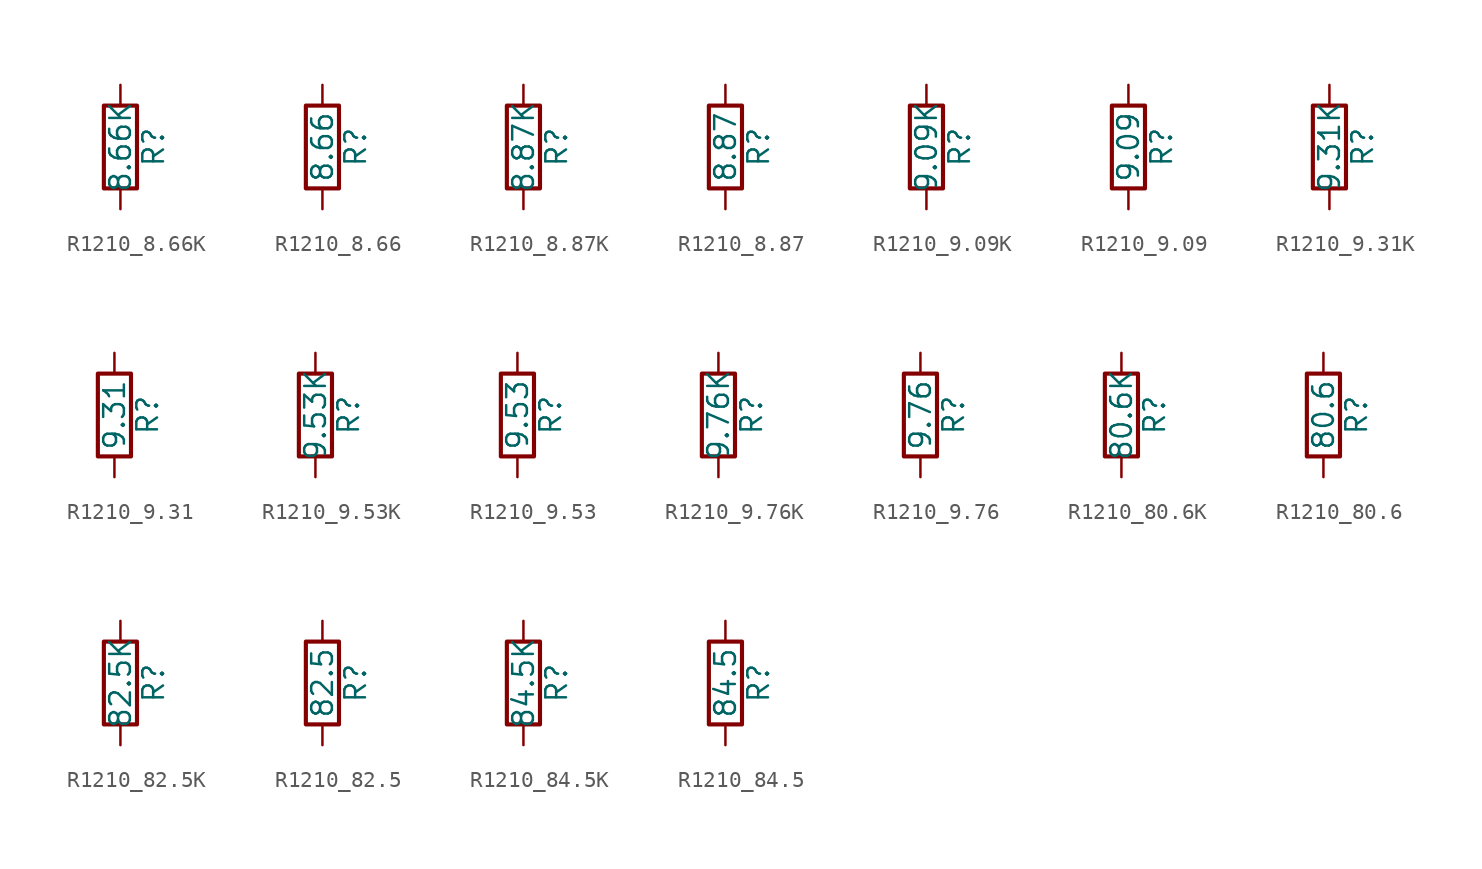
<source format=kicad_sym>
(kicad_symbol_lib
  (version 20211014)
  (generator atlantix-eda)
  (symbol "R1210_8.66K"
    (pin_numbers hide)
    (pin_names
      (offset 0))
    (property "Reference" "R"
      (at 2.032 0 90)
      (effects (font (size 1.27 1.27))))
    (property "Value" "8.66K"
      (at 0 0 90)
      (effects (font (size 1.27 1.27))))
    (symbol "R1210_8.66K_0_1"
      (rectangle (start -1.016 -2.54) (end 1.016 2.54) (stroke (width 0.254) (type default) (color 0 0 0 0)) (fill (type none))))
    (symbol "R1210_8.66K_1_1"
      (pin passive line (at 0 3.81 270) (length 1.27) (name "~" (effects (font (size 1.27 1.27)))) (number "1" (effects (font (size 1.27 1.27)))))
      (pin passive line (at 0 -3.81 90) (length 1.27) (name "~" (effects (font (size 1.27 1.27)))) (number "2" (effects (font (size 1.27 1.27)))))))
  (symbol "R1210_8.66"
    (pin_numbers hide)
    (pin_names
      (offset 0))
    (property "Reference" "R"
      (at 2.032 0 90)
      (effects (font (size 1.27 1.27))))
    (property "Value" "8.66"
      (at 0 0 90)
      (effects (font (size 1.27 1.27))))
    (symbol "R1210_8.66_0_1"
      (rectangle (start -1.016 -2.54) (end 1.016 2.54) (stroke (width 0.254) (type default) (color 0 0 0 0)) (fill (type none))))
    (symbol "R1210_8.66_1_1"
      (pin passive line (at 0 3.81 270) (length 1.27) (name "~" (effects (font (size 1.27 1.27)))) (number "1" (effects (font (size 1.27 1.27)))))
      (pin passive line (at 0 -3.81 90) (length 1.27) (name "~" (effects (font (size 1.27 1.27)))) (number "2" (effects (font (size 1.27 1.27)))))))
  (symbol "R1210_8.87K"
    (pin_numbers hide)
    (pin_names
      (offset 0))
    (property "Reference" "R"
      (at 2.032 0 90)
      (effects (font (size 1.27 1.27))))
    (property "Value" "8.87K"
      (at 0 0 90)
      (effects (font (size 1.27 1.27))))
    (symbol "R1210_8.87K_0_1"
      (rectangle (start -1.016 -2.54) (end 1.016 2.54) (stroke (width 0.254) (type default) (color 0 0 0 0)) (fill (type none))))
    (symbol "R1210_8.87K_1_1"
      (pin passive line (at 0 3.81 270) (length 1.27) (name "~" (effects (font (size 1.27 1.27)))) (number "1" (effects (font (size 1.27 1.27)))))
      (pin passive line (at 0 -3.81 90) (length 1.27) (name "~" (effects (font (size 1.27 1.27)))) (number "2" (effects (font (size 1.27 1.27)))))))
  (symbol "R1210_8.87"
    (pin_numbers hide)
    (pin_names
      (offset 0))
    (property "Reference" "R"
      (at 2.032 0 90)
      (effects (font (size 1.27 1.27))))
    (property "Value" "8.87"
      (at 0 0 90)
      (effects (font (size 1.27 1.27))))
    (symbol "R1210_8.87_0_1"
      (rectangle (start -1.016 -2.54) (end 1.016 2.54) (stroke (width 0.254) (type default) (color 0 0 0 0)) (fill (type none))))
    (symbol "R1210_8.87_1_1"
      (pin passive line (at 0 3.81 270) (length 1.27) (name "~" (effects (font (size 1.27 1.27)))) (number "1" (effects (font (size 1.27 1.27)))))
      (pin passive line (at 0 -3.81 90) (length 1.27) (name "~" (effects (font (size 1.27 1.27)))) (number "2" (effects (font (size 1.27 1.27)))))))
  (symbol "R1210_9.09K"
    (pin_numbers hide)
    (pin_names
      (offset 0))
    (property "Reference" "R"
      (at 2.032 0 90)
      (effects (font (size 1.27 1.27))))
    (property "Value" "9.09K"
      (at 0 0 90)
      (effects (font (size 1.27 1.27))))
    (symbol "R1210_9.09K_0_1"
      (rectangle (start -1.016 -2.54) (end 1.016 2.54) (stroke (width 0.254) (type default) (color 0 0 0 0)) (fill (type none))))
    (symbol "R1210_9.09K_1_1"
      (pin passive line (at 0 3.81 270) (length 1.27) (name "~" (effects (font (size 1.27 1.27)))) (number "1" (effects (font (size 1.27 1.27)))))
      (pin passive line (at 0 -3.81 90) (length 1.27) (name "~" (effects (font (size 1.27 1.27)))) (number "2" (effects (font (size 1.27 1.27)))))))
  (symbol "R1210_9.09"
    (pin_numbers hide)
    (pin_names
      (offset 0))
    (property "Reference" "R"
      (at 2.032 0 90)
      (effects (font (size 1.27 1.27))))
    (property "Value" "9.09"
      (at 0 0 90)
      (effects (font (size 1.27 1.27))))
    (symbol "R1210_9.09_0_1"
      (rectangle (start -1.016 -2.54) (end 1.016 2.54) (stroke (width 0.254) (type default) (color 0 0 0 0)) (fill (type none))))
    (symbol "R1210_9.09_1_1"
      (pin passive line (at 0 3.81 270) (length 1.27) (name "~" (effects (font (size 1.27 1.27)))) (number "1" (effects (font (size 1.27 1.27)))))
      (pin passive line (at 0 -3.81 90) (length 1.27) (name "~" (effects (font (size 1.27 1.27)))) (number "2" (effects (font (size 1.27 1.27)))))))
  (symbol "R1210_9.31K"
    (pin_numbers hide)
    (pin_names
      (offset 0))
    (property "Reference" "R"
      (at 2.032 0 90)
      (effects (font (size 1.27 1.27))))
    (property "Value" "9.31K"
      (at 0 0 90)
      (effects (font (size 1.27 1.27))))
    (symbol "R1210_9.31K_0_1"
      (rectangle (start -1.016 -2.54) (end 1.016 2.54) (stroke (width 0.254) (type default) (color 0 0 0 0)) (fill (type none))))
    (symbol "R1210_9.31K_1_1"
      (pin passive line (at 0 3.81 270) (length 1.27) (name "~" (effects (font (size 1.27 1.27)))) (number "1" (effects (font (size 1.27 1.27)))))
      (pin passive line (at 0 -3.81 90) (length 1.27) (name "~" (effects (font (size 1.27 1.27)))) (number "2" (effects (font (size 1.27 1.27)))))))
  (symbol "R1210_9.31"
    (pin_numbers hide)
    (pin_names
      (offset 0))
    (property "Reference" "R"
      (at 2.032 0 90)
      (effects (font (size 1.27 1.27))))
    (property "Value" "9.31"
      (at 0 0 90)
      (effects (font (size 1.27 1.27))))
    (symbol "R1210_9.31_0_1"
      (rectangle (start -1.016 -2.54) (end 1.016 2.54) (stroke (width 0.254) (type default) (color 0 0 0 0)) (fill (type none))))
    (symbol "R1210_9.31_1_1"
      (pin passive line (at 0 3.81 270) (length 1.27) (name "~" (effects (font (size 1.27 1.27)))) (number "1" (effects (font (size 1.27 1.27)))))
      (pin passive line (at 0 -3.81 90) (length 1.27) (name "~" (effects (font (size 1.27 1.27)))) (number "2" (effects (font (size 1.27 1.27)))))))
  (symbol "R1210_9.53K"
    (pin_numbers hide)
    (pin_names
      (offset 0))
    (property "Reference" "R"
      (at 2.032 0 90)
      (effects (font (size 1.27 1.27))))
    (property "Value" "9.53K"
      (at 0 0 90)
      (effects (font (size 1.27 1.27))))
    (symbol "R1210_9.53K_0_1"
      (rectangle (start -1.016 -2.54) (end 1.016 2.54) (stroke (width 0.254) (type default) (color 0 0 0 0)) (fill (type none))))
    (symbol "R1210_9.53K_1_1"
      (pin passive line (at 0 3.81 270) (length 1.27) (name "~" (effects (font (size 1.27 1.27)))) (number "1" (effects (font (size 1.27 1.27)))))
      (pin passive line (at 0 -3.81 90) (length 1.27) (name "~" (effects (font (size 1.27 1.27)))) (number "2" (effects (font (size 1.27 1.27)))))))
  (symbol "R1210_9.53"
    (pin_numbers hide)
    (pin_names
      (offset 0))
    (property "Reference" "R"
      (at 2.032 0 90)
      (effects (font (size 1.27 1.27))))
    (property "Value" "9.53"
      (at 0 0 90)
      (effects (font (size 1.27 1.27))))
    (symbol "R1210_9.53_0_1"
      (rectangle (start -1.016 -2.54) (end 1.016 2.54) (stroke (width 0.254) (type default) (color 0 0 0 0)) (fill (type none))))
    (symbol "R1210_9.53_1_1"
      (pin passive line (at 0 3.81 270) (length 1.27) (name "~" (effects (font (size 1.27 1.27)))) (number "1" (effects (font (size 1.27 1.27)))))
      (pin passive line (at 0 -3.81 90) (length 1.27) (name "~" (effects (font (size 1.27 1.27)))) (number "2" (effects (font (size 1.27 1.27)))))))
  (symbol "R1210_9.76K"
    (pin_numbers hide)
    (pin_names
      (offset 0))
    (property "Reference" "R"
      (at 2.032 0 90)
      (effects (font (size 1.27 1.27))))
    (property "Value" "9.76K"
      (at 0 0 90)
      (effects (font (size 1.27 1.27))))
    (symbol "R1210_9.76K_0_1"
      (rectangle (start -1.016 -2.54) (end 1.016 2.54) (stroke (width 0.254) (type default) (color 0 0 0 0)) (fill (type none))))
    (symbol "R1210_9.76K_1_1"
      (pin passive line (at 0 3.81 270) (length 1.27) (name "~" (effects (font (size 1.27 1.27)))) (number "1" (effects (font (size 1.27 1.27)))))
      (pin passive line (at 0 -3.81 90) (length 1.27) (name "~" (effects (font (size 1.27 1.27)))) (number "2" (effects (font (size 1.27 1.27)))))))
  (symbol "R1210_9.76"
    (pin_numbers hide)
    (pin_names
      (offset 0))
    (property "Reference" "R"
      (at 2.032 0 90)
      (effects (font (size 1.27 1.27))))
    (property "Value" "9.76"
      (at 0 0 90)
      (effects (font (size 1.27 1.27))))
    (symbol "R1210_9.76_0_1"
      (rectangle (start -1.016 -2.54) (end 1.016 2.54) (stroke (width 0.254) (type default) (color 0 0 0 0)) (fill (type none))))
    (symbol "R1210_9.76_1_1"
      (pin passive line (at 0 3.81 270) (length 1.27) (name "~" (effects (font (size 1.27 1.27)))) (number "1" (effects (font (size 1.27 1.27)))))
      (pin passive line (at 0 -3.81 90) (length 1.27) (name "~" (effects (font (size 1.27 1.27)))) (number "2" (effects (font (size 1.27 1.27)))))))
  (symbol "R1210_80.6K"
    (pin_numbers hide)
    (pin_names
      (offset 0))
    (property "Reference" "R"
      (at 2.032 0 90)
      (effects (font (size 1.27 1.27))))
    (property "Value" "80.6K"
      (at 0 0 90)
      (effects (font (size 1.27 1.27))))
    (symbol "R1210_80.6K_0_1"
      (rectangle (start -1.016 -2.54) (end 1.016 2.54) (stroke (width 0.254) (type default) (color 0 0 0 0)) (fill (type none))))
    (symbol "R1210_80.6K_1_1"
      (pin passive line (at 0 3.81 270) (length 1.27) (name "~" (effects (font (size 1.27 1.27)))) (number "1" (effects (font (size 1.27 1.27)))))
      (pin passive line (at 0 -3.81 90) (length 1.27) (name "~" (effects (font (size 1.27 1.27)))) (number "2" (effects (font (size 1.27 1.27)))))))
  (symbol "R1210_80.6"
    (pin_numbers hide)
    (pin_names
      (offset 0))
    (property "Reference" "R"
      (at 2.032 0 90)
      (effects (font (size 1.27 1.27))))
    (property "Value" "80.6"
      (at 0 0 90)
      (effects (font (size 1.27 1.27))))
    (symbol "R1210_80.6_0_1"
      (rectangle (start -1.016 -2.54) (end 1.016 2.54) (stroke (width 0.254) (type default) (color 0 0 0 0)) (fill (type none))))
    (symbol "R1210_80.6_1_1"
      (pin passive line (at 0 3.81 270) (length 1.27) (name "~" (effects (font (size 1.27 1.27)))) (number "1" (effects (font (size 1.27 1.27)))))
      (pin passive line (at 0 -3.81 90) (length 1.27) (name "~" (effects (font (size 1.27 1.27)))) (number "2" (effects (font (size 1.27 1.27)))))))
  (symbol "R1210_82.5K"
    (pin_numbers hide)
    (pin_names
      (offset 0))
    (property "Reference" "R"
      (at 2.032 0 90)
      (effects (font (size 1.27 1.27))))
    (property "Value" "82.5K"
      (at 0 0 90)
      (effects (font (size 1.27 1.27))))
    (symbol "R1210_82.5K_0_1"
      (rectangle (start -1.016 -2.54) (end 1.016 2.54) (stroke (width 0.254) (type default) (color 0 0 0 0)) (fill (type none))))
    (symbol "R1210_82.5K_1_1"
      (pin passive line (at 0 3.81 270) (length 1.27) (name "~" (effects (font (size 1.27 1.27)))) (number "1" (effects (font (size 1.27 1.27)))))
      (pin passive line (at 0 -3.81 90) (length 1.27) (name "~" (effects (font (size 1.27 1.27)))) (number "2" (effects (font (size 1.27 1.27)))))))
  (symbol "R1210_82.5"
    (pin_numbers hide)
    (pin_names
      (offset 0))
    (property "Reference" "R"
      (at 2.032 0 90)
      (effects (font (size 1.27 1.27))))
    (property "Value" "82.5"
      (at 0 0 90)
      (effects (font (size 1.27 1.27))))
    (symbol "R1210_82.5_0_1"
      (rectangle (start -1.016 -2.54) (end 1.016 2.54) (stroke (width 0.254) (type default) (color 0 0 0 0)) (fill (type none))))
    (symbol "R1210_82.5_1_1"
      (pin passive line (at 0 3.81 270) (length 1.27) (name "~" (effects (font (size 1.27 1.27)))) (number "1" (effects (font (size 1.27 1.27)))))
      (pin passive line (at 0 -3.81 90) (length 1.27) (name "~" (effects (font (size 1.27 1.27)))) (number "2" (effects (font (size 1.27 1.27)))))))
  (symbol "R1210_84.5K"
    (pin_numbers hide)
    (pin_names
      (offset 0))
    (property "Reference" "R"
      (at 2.032 0 90)
      (effects (font (size 1.27 1.27))))
    (property "Value" "84.5K"
      (at 0 0 90)
      (effects (font (size 1.27 1.27))))
    (symbol "R1210_84.5K_0_1"
      (rectangle (start -1.016 -2.54) (end 1.016 2.54) (stroke (width 0.254) (type default) (color 0 0 0 0)) (fill (type none))))
    (symbol "R1210_84.5K_1_1"
      (pin passive line (at 0 3.81 270) (length 1.27) (name "~" (effects (font (size 1.27 1.27)))) (number "1" (effects (font (size 1.27 1.27)))))
      (pin passive line (at 0 -3.81 90) (length 1.27) (name "~" (effects (font (size 1.27 1.27)))) (number "2" (effects (font (size 1.27 1.27)))))))
  (symbol "R1210_84.5"
    (pin_numbers hide)
    (pin_names
      (offset 0))
    (property "Reference" "R"
      (at 2.032 0 90)
      (effects (font (size 1.27 1.27))))
    (property "Value" "84.5"
      (at 0 0 90)
      (effects (font (size 1.27 1.27))))
    (symbol "R1210_84.5_0_1"
      (rectangle (start -1.016 -2.54) (end 1.016 2.54) (stroke (width 0.254) (type default) (color 0 0 0 0)) (fill (type none))))
    (symbol "R1210_84.5_1_1"
      (pin passive line (at 0 3.81 270) (length 1.27) (name "~" (effects (font (size 1.27 1.27)))) (number "1" (effects (font (size 1.27 1.27)))))
      (pin passive line (at 0 -3.81 90) (length 1.27) (name "~" (effects (font (size 1.27 1.27)))) (number "2" (effects (font (size 1.27 1.27))))))))
</source>
